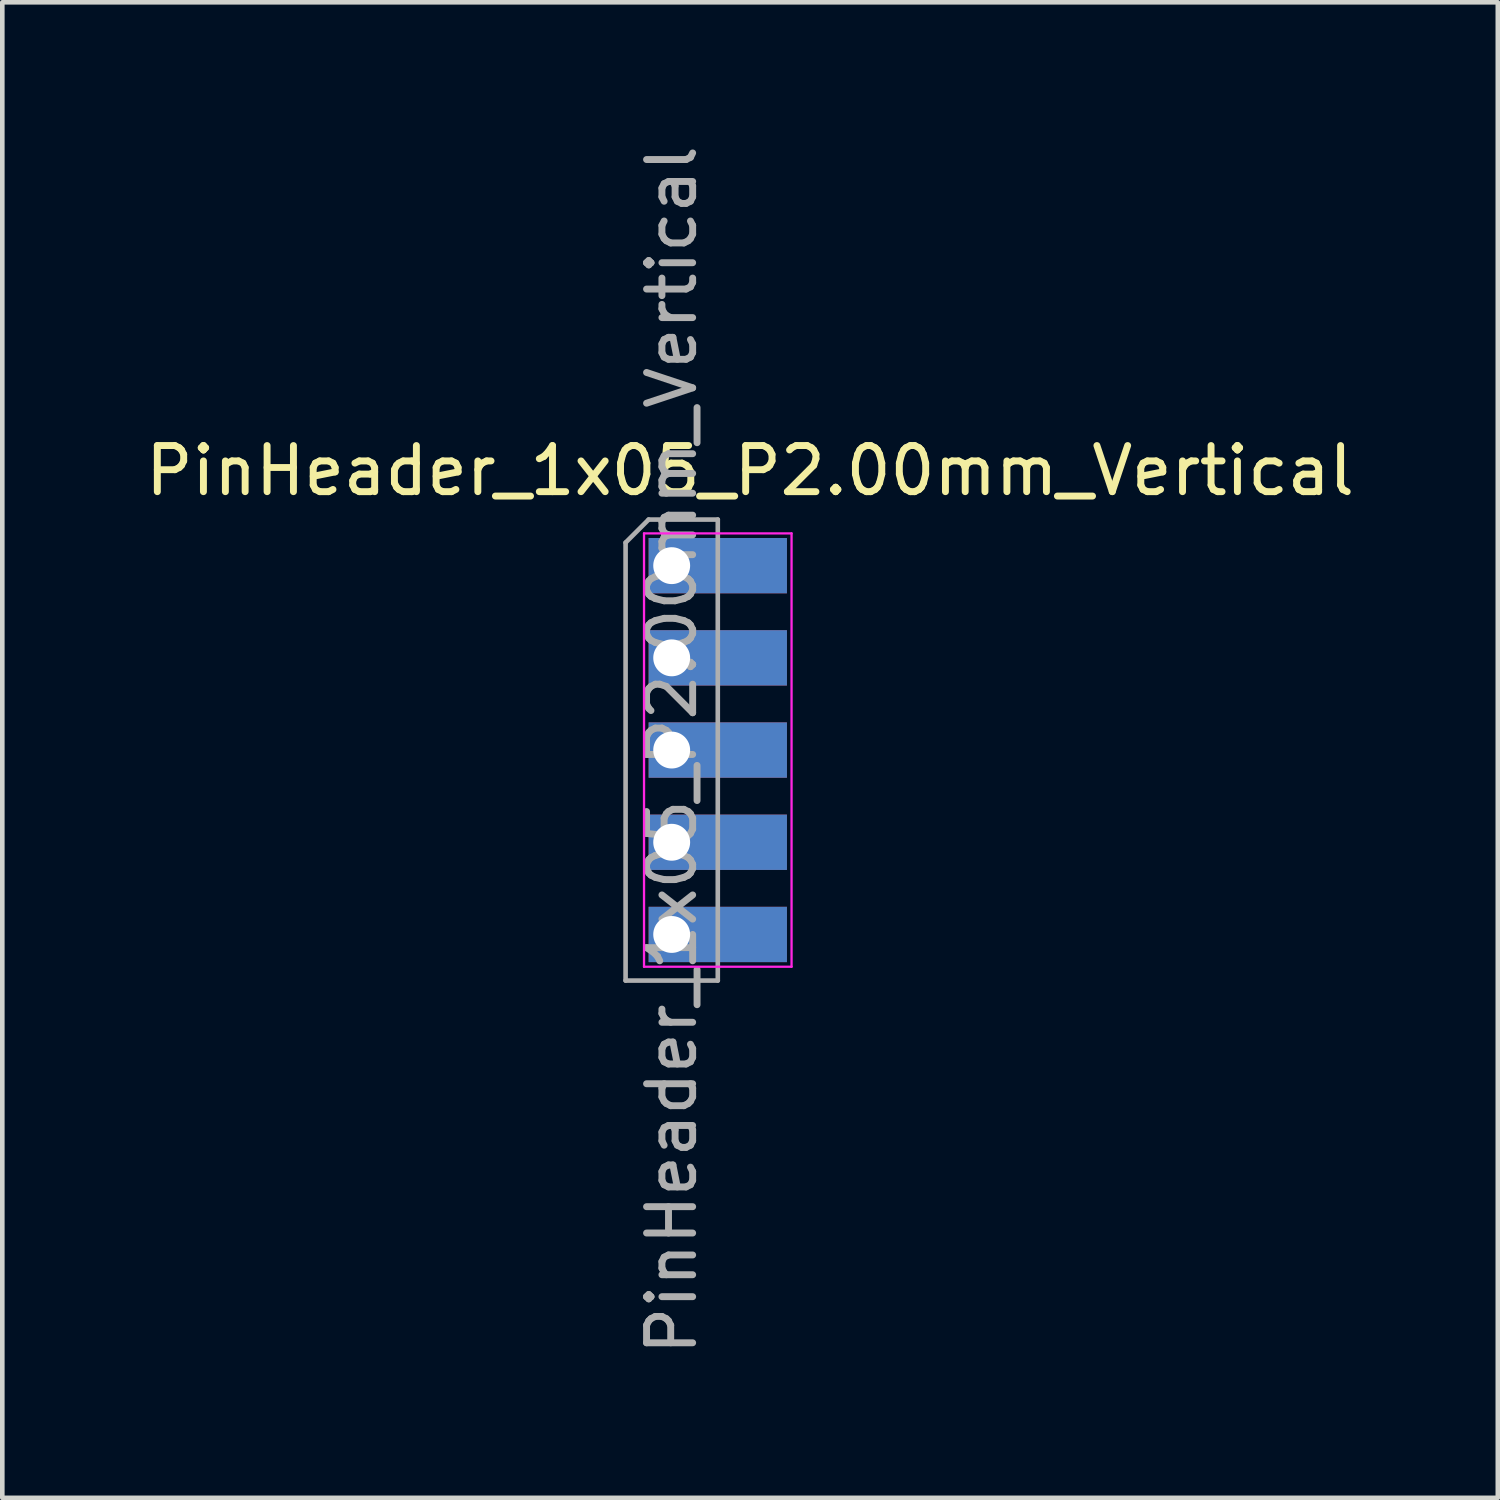
<source format=kicad_pcb>
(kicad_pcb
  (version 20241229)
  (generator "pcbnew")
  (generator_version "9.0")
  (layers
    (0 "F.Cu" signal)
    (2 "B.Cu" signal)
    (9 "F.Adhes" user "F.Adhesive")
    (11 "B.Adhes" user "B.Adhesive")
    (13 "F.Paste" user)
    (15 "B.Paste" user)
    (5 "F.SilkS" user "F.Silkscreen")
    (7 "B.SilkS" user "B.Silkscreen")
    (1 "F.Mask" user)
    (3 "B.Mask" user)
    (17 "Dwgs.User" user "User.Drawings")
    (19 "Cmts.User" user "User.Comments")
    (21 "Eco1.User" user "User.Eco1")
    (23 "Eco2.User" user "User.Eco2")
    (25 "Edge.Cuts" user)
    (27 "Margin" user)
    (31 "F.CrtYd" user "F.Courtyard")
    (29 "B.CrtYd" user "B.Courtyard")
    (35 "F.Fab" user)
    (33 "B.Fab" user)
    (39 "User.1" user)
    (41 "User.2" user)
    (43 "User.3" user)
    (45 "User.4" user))
  (footprint "PinHeader_1x05_P2.00mm_Vertical"
    (layer "F.Cu")
    (at 11.52 9.22)
    (property "Reference" "PinHeader_1x05_P2.00mm_Vertical" (at 1.7 -2.06 0) (layer "F.SilkS") (effects (font (size 1 1) (thickness 0.15))))
    (attr through_hole)
    (fp_line (start -0.6 -0.7) (end -0.6 8.7) (stroke (width 0.05) (type solid)) (layer "F.CrtYd"))
    (fp_line (start -0.6 8.7) (end 2.6 8.7) (stroke (width 0.05) (type solid)) (layer "F.CrtYd"))
    (fp_line (start 2.6 -0.7) (end -0.6 -0.7) (stroke (width 0.05) (type solid)) (layer "F.CrtYd"))
    (fp_line (start 2.6 8.7) (end 2.6 -0.7) (stroke (width 0.05) (type solid)) (layer "F.CrtYd"))
    (fp_line (start -1 -0.5) (end -0.5 -1) (stroke (width 0.1) (type solid)) (layer "F.Fab"))
    (fp_line (start -1 9) (end -1 -0.5) (stroke (width 0.1) (type solid)) (layer "F.Fab"))
    (fp_line (start -0.5 -1) (end 1 -1) (stroke (width 0.1) (type solid)) (layer "F.Fab"))
    (fp_line (start 1 -1) (end 1 9) (stroke (width 0.1) (type solid)) (layer "F.Fab"))
    (fp_line (start 1 9) (end -1 9) (stroke (width 0.1) (type solid)) (layer "F.Fab"))
    (fp_text user "${REFERENCE}" (at 0 4 90) (layer "F.Fab") (effects (font (size 1 1) (thickness 0.15))))
    (pad "1" thru_hole rect (at 0 0 270) (size 1.2 3) (drill 0.8 (offset 0 -1)) (property pad_prop_castellated) (layers "*.Cu" "*.Mask"))
    (pad "2" thru_hole rect (at 0 2 270) (size 1.2 3) (drill 0.8 (offset 0 -1)) (property pad_prop_castellated) (layers "*.Cu" "*.Mask"))
    (pad "3" thru_hole rect (at 0 4 270) (size 1.2 3) (drill 0.8 (offset 0 -1)) (property pad_prop_castellated) (layers "*.Cu" "*.Mask"))
    (pad "4" thru_hole rect (at 0 6 270) (size 1.2 3) (drill 0.8 (offset 0 -1)) (property pad_prop_castellated) (layers "*.Cu" "*.Mask"))
    (pad "5" thru_hole rect (at 0 8 270) (size 1.2 3) (drill 0.8 (offset 0 -1)) (property pad_prop_castellated) (layers "*.Cu" "*.Mask")))
  (gr_rect
    (start -3 -3)
    (end 29.44 29.44)
    (stroke (width 0.1) (type default))
    (fill no)
    (layer "Edge.Cuts")))
</source>
